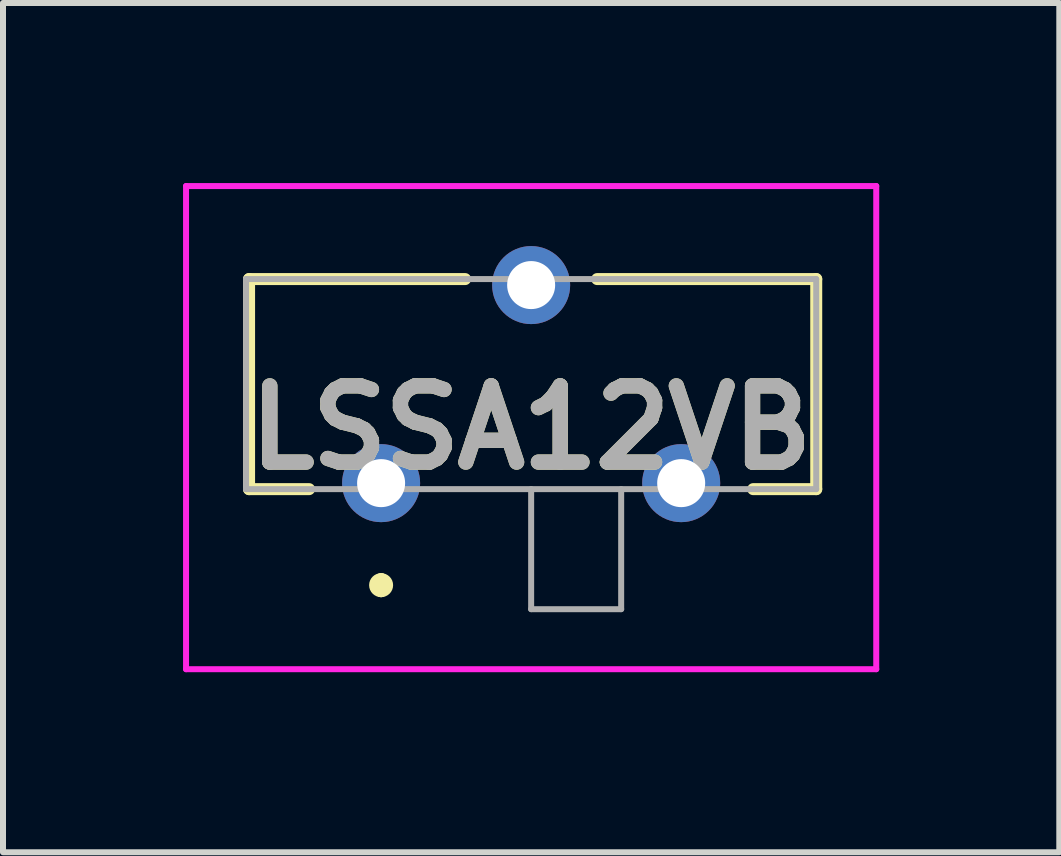
<source format=kicad_pcb>
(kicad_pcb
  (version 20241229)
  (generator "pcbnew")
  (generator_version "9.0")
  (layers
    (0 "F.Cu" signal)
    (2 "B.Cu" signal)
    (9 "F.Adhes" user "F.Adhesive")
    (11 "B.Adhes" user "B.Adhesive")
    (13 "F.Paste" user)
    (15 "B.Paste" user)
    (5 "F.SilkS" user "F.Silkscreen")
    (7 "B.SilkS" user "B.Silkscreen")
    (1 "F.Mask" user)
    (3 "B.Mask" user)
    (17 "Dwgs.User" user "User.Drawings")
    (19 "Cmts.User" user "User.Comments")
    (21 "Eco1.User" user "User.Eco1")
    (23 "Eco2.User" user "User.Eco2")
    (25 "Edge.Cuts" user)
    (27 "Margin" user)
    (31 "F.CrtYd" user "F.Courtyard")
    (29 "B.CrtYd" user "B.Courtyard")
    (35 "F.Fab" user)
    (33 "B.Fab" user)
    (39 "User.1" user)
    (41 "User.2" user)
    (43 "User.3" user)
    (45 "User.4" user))
  (footprint "LSSA12VB"
    (layer "F.Cu")
    (at 3.3 5)
    (property "Reference" "LSSA12VB" (at 2.5 -0.925 0) (layer "F.SilkS") (effects (font (size 1.27 1.27) (thickness 0.254))))
    (attr through_hole)
    (fp_line (start -2.2 -3.4) (end -2.2 0.1) (stroke (width 0.2) (type solid)) (layer "F.SilkS"))
    (fp_line (start -2.2 0.1) (end -1.2 0.1) (stroke (width 0.2) (type solid)) (layer "F.SilkS"))
    (fp_line (start 0 1.6) (end 0 1.6) (stroke (width 0.2) (type solid)) (layer "F.SilkS"))
    (fp_line (start 0 1.8) (end 0 1.8) (stroke (width 0.2) (type solid)) (layer "F.SilkS"))
    (fp_line (start 1.4 -3.4) (end -2.2 -3.4) (stroke (width 0.2) (type solid)) (layer "F.SilkS"))
    (fp_line (start 3.6 -3.4) (end 7.25 -3.4) (stroke (width 0.2) (type solid)) (layer "F.SilkS"))
    (fp_line (start 7.25 -3.4) (end 7.25 0.1) (stroke (width 0.2) (type solid)) (layer "F.SilkS"))
    (fp_line (start 7.25 0.1) (end 6.2 0.1) (stroke (width 0.2) (type solid)) (layer "F.SilkS"))
    (fp_arc (start 0 1.6) (mid 0.1 1.7) (end 0 1.8) (stroke (width 0.2) (type solid)) (layer "F.SilkS"))
    (fp_arc (start 0 1.8) (mid -0.1 1.7) (end 0 1.6) (stroke (width 0.2) (type solid)) (layer "F.SilkS"))
    (fp_line (start -3.25 -4.95) (end 8.25 -4.95) (stroke (width 0.1) (type solid)) (layer "F.CrtYd"))
    (fp_line (start -3.25 3.1) (end -3.25 -4.95) (stroke (width 0.1) (type solid)) (layer "F.CrtYd"))
    (fp_line (start 8.25 -4.95) (end 8.25 3.1) (stroke (width 0.1) (type solid)) (layer "F.CrtYd"))
    (fp_line (start 8.25 3.1) (end -3.25 3.1) (stroke (width 0.1) (type solid)) (layer "F.CrtYd"))
    (fp_line (start -2.25 -3.4) (end 7.25 -3.4) (stroke (width 0.1) (type solid)) (layer "F.Fab"))
    (fp_line (start -2.25 0.1) (end -2.25 -3.4) (stroke (width 0.1) (type solid)) (layer "F.Fab"))
    (fp_line (start 2.5 0.1) (end 2.5 2.1) (stroke (width 0.1) (type solid)) (layer "F.Fab"))
    (fp_line (start 2.5 2.1) (end 4 2.1) (stroke (width 0.1) (type solid)) (layer "F.Fab"))
    (fp_line (start 4 2.1) (end 4 0.1) (stroke (width 0.1) (type solid)) (layer "F.Fab"))
    (fp_line (start 7.25 -3.4) (end 7.25 0.1) (stroke (width 0.1) (type solid)) (layer "F.Fab"))
    (fp_line (start 7.25 0.1) (end -2.25 0.1) (stroke (width 0.1) (type solid)) (layer "F.Fab"))
    (fp_text user "${REFERENCE}" (at 2.5 -0.925 0) (layer "F.Fab") (effects (font (size 1.27 1.27) (thickness 0.254))))
    (pad "1" thru_hole circle (at 0 0) (size 1.3 1.3) (drill 0.8) (layers "*.Cu" "*.Mask"))
    (pad "2" thru_hole circle (at 2.5 -3.3) (size 1.3 1.3) (drill 0.8) (layers "*.Cu" "*.Mask"))
    (pad "3" thru_hole circle (at 5 0) (size 1.3 1.3) (drill 0.8) (layers "*.Cu" "*.Mask")))
  (gr_rect
    (start -3 -3)
    (end 14.6 11.15)
    (stroke (width 0.1) (type default))
    (fill no)
    (layer "Edge.Cuts")))
</source>
